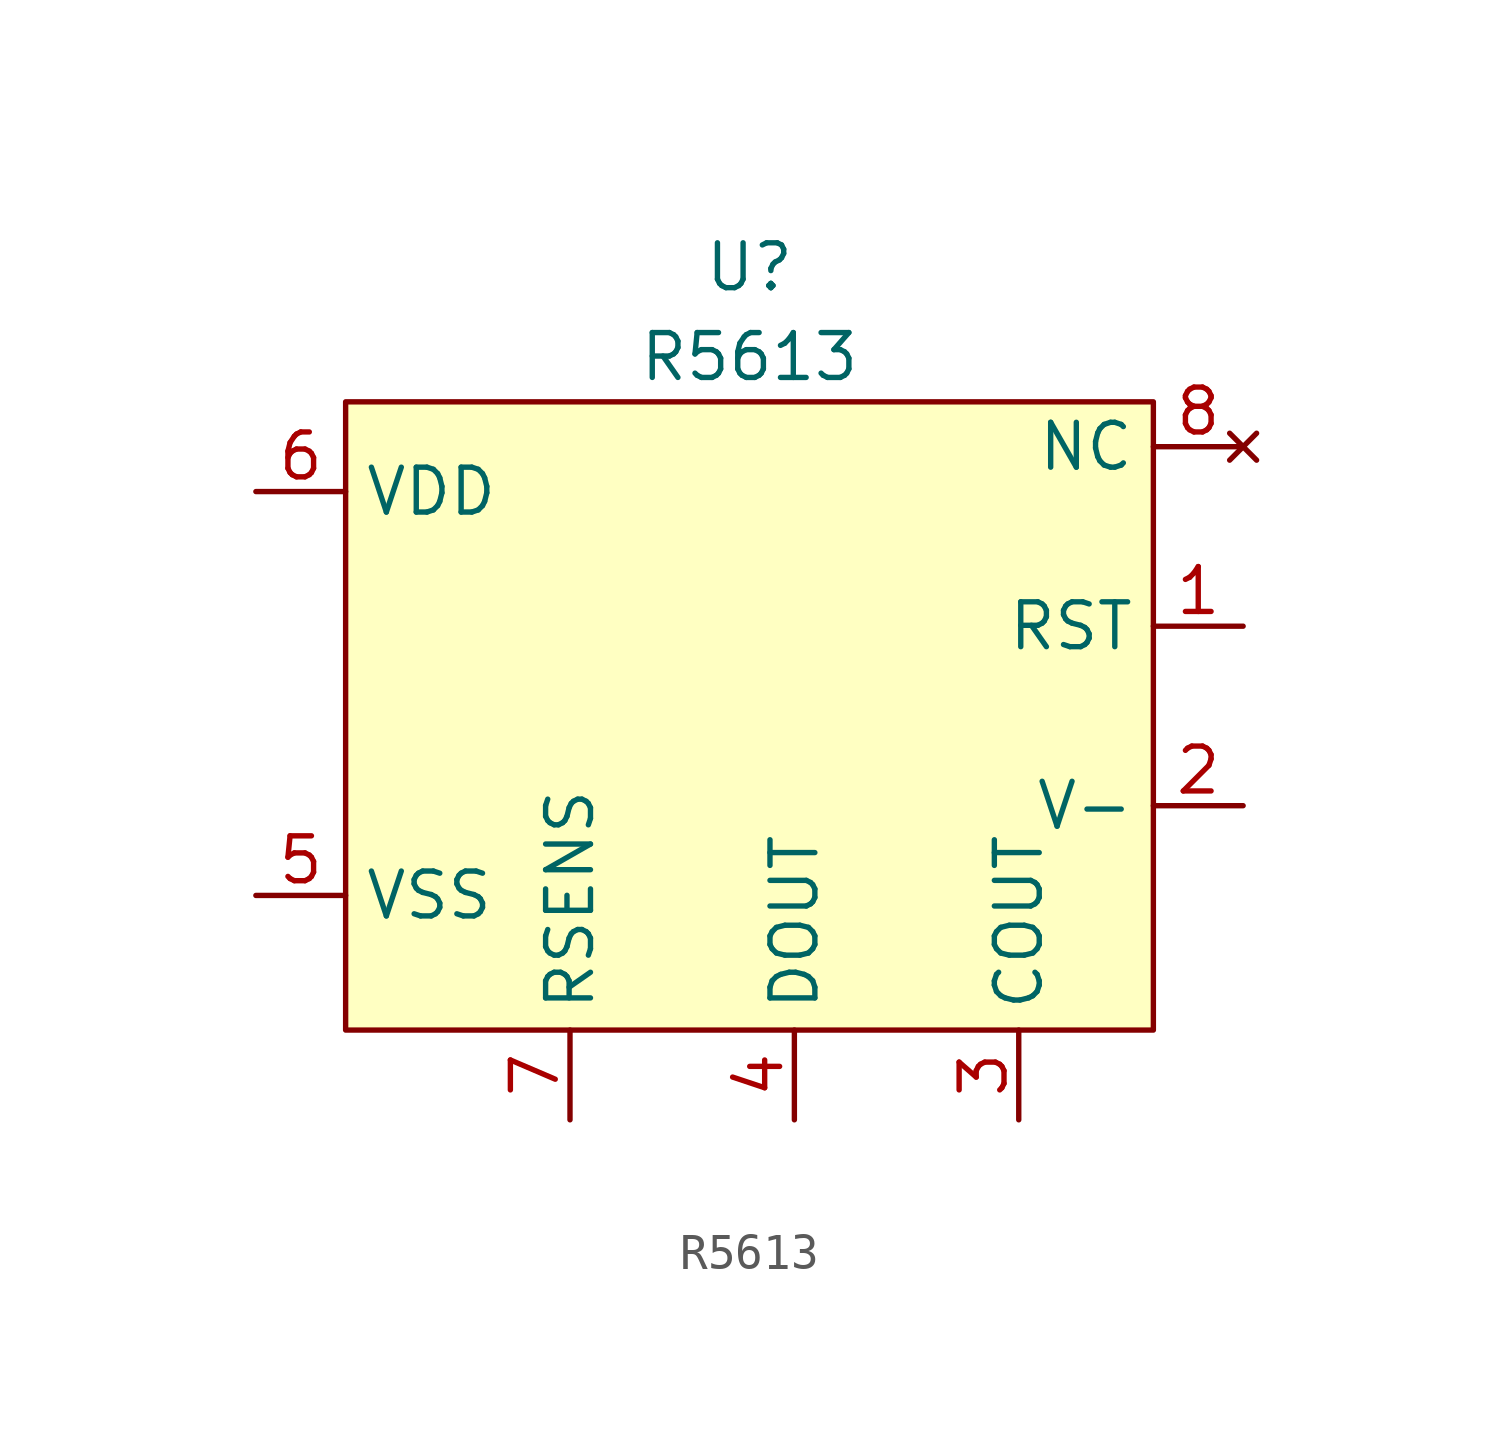
<source format=kicad_sym>
(kicad_symbol_lib
  (version 20211014)
  (generator kicad_symbol_editor)
  (symbol "R5613"
    (property "Reference" "U"
      (at 0 1.27 0)
      (effects (font (size 1.27 1.27))))
    (property "Value" "R5613"
      (at 0 -1.27 0)
      (effects (font (size 1.27 1.27))))
    (symbol "R5613_0_1"
      (rectangle (start -11.43 -2.54) (end 11.43 -20.32) (stroke (width 0) (type default) (color 0 0 0 0)) (fill (type background))))
    (symbol "R5613_1_1"
      (pin input line (at 13.97 -8.89 180) (length 2.54) (name "RST" (effects (font (size 1.27 1.27)))) (number "1" (effects (font (size 1.27 1.27)))))
      (pin input line (at 13.97 -13.97 180) (length 2.54) (name "V-" (effects (font (size 1.27 1.27)))) (number "2" (effects (font (size 1.27 1.27)))))
      (pin output line (at 7.62 -22.86 90) (length 2.54) (name "COUT" (effects (font (size 1.27 1.27)))) (number "3" (effects (font (size 1.27 1.27)))))
      (pin output line (at 1.27 -22.86 90) (length 2.54) (name "DOUT" (effects (font (size 1.27 1.27)))) (number "4" (effects (font (size 1.27 1.27)))))
      (pin power_in line (at -13.97 -16.51 0) (length 2.54) (name "VSS" (effects (font (size 1.27 1.27)))) (number "5" (effects (font (size 1.27 1.27)))))
      (pin power_in line (at -13.97 -5.08 0) (length 2.54) (name "VDD" (effects (font (size 1.27 1.27)))) (number "6" (effects (font (size 1.27 1.27)))))
      (pin input line (at -5.08 -22.86 90) (length 2.54) (name "RSENS" (effects (font (size 1.27 1.27)))) (number "7" (effects (font (size 1.27 1.27)))))
      (pin no_connect line (at 13.97 -3.81 180) (length 2.54) (name "NC" (effects (font (size 1.27 1.27)))) (number "8" (effects (font (size 1.27 1.27))))))))
</source>
